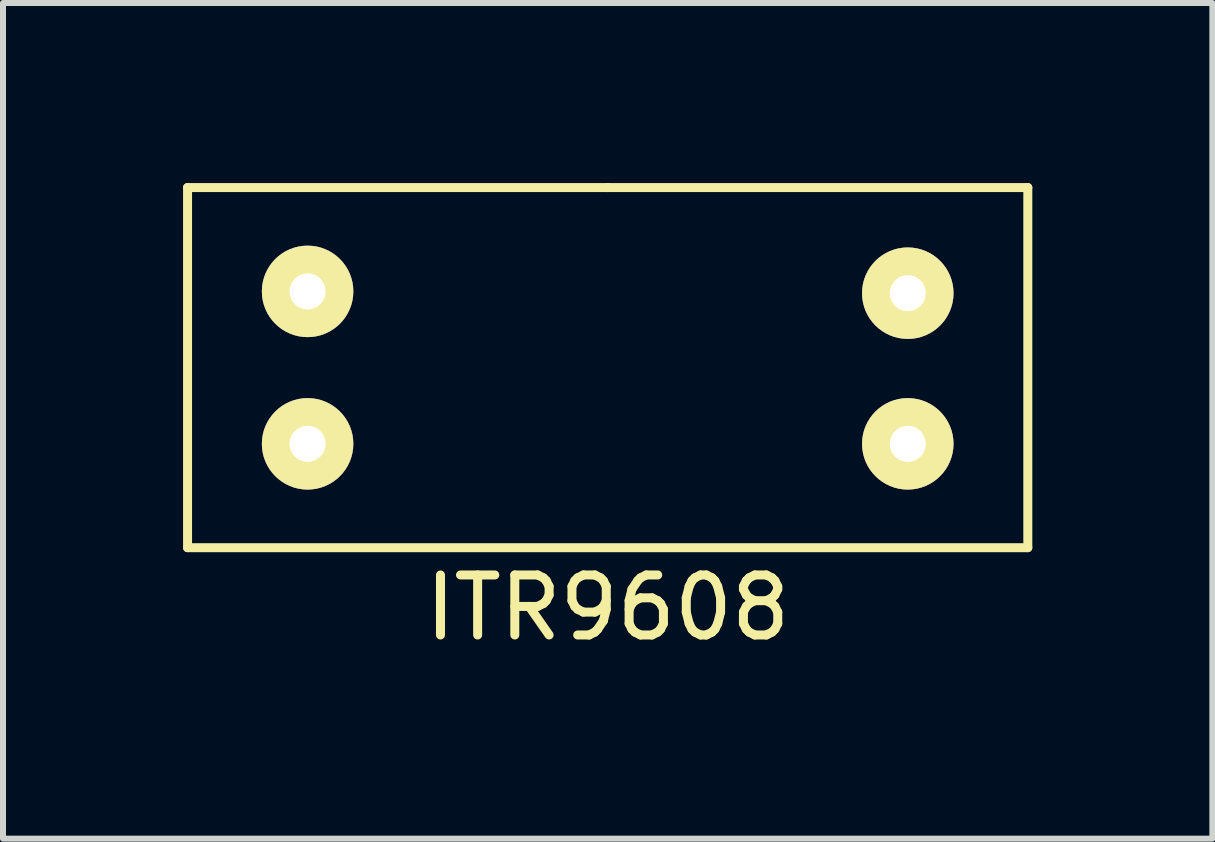
<source format=kicad_pcb>
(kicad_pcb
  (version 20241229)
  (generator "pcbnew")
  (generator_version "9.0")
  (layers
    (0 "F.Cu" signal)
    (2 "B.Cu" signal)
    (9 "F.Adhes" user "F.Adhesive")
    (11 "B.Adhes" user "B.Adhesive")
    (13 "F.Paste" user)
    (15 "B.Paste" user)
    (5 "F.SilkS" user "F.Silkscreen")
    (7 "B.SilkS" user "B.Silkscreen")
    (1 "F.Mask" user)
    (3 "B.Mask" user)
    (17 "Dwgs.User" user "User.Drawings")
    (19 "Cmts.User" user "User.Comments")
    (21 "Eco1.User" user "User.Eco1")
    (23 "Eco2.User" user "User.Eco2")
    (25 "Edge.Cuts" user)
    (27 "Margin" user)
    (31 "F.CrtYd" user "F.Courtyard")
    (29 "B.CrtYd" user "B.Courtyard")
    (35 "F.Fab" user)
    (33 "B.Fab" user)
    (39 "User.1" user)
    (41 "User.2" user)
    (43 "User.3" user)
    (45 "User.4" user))
  (footprint "ITR9608"
    (layer "F.Cu")
    (at 7.075 3.075)
    (property "Reference" "ITR9608" (at 0 4 0) (layer "F.SilkS") (effects (font (size 1 1) (thickness 0.15))))
    (attr through_hole)
    (fp_line (start -7 -3) (end -7 3) (stroke (width 0.15) (type solid)) (layer "F.SilkS"))
    (fp_line (start -7 3) (end 7 3) (stroke (width 0.15) (type solid)) (layer "F.SilkS"))
    (fp_line (start 0 -3) (end -7 -3) (stroke (width 0.15) (type solid)) (layer "F.SilkS"))
    (fp_line (start 7 -3) (end 0 -3) (stroke (width 0.15) (type solid)) (layer "F.SilkS"))
    (fp_line (start 7 3) (end 7 -3) (stroke (width 0.15) (type solid)) (layer "F.SilkS"))
    (pad "1" thru_hole circle (at -5 -1.27) (size 1.524 1.524) (drill 0.6) (layers "*.Cu" "*.Mask" "F.SilkS"))
    (pad "2" thru_hole circle (at -5 1.27) (size 1.524 1.524) (drill 0.6) (layers "*.Cu" "*.Mask" "F.SilkS"))
    (pad "3" thru_hole circle (at 5 -1.24) (size 1.524 1.524) (drill 0.6) (layers "*.Cu" "*.Mask" "F.SilkS"))
    (pad "4" thru_hole circle (at 5 1.27) (size 1.524 1.524) (drill 0.6) (layers "*.Cu" "*.Mask" "F.SilkS")))
  (gr_rect
    (start -3 -3)
    (end 17.15 10.923)
    (stroke (width 0.1) (type default))
    (fill no)
    (layer "Edge.Cuts")))
</source>
